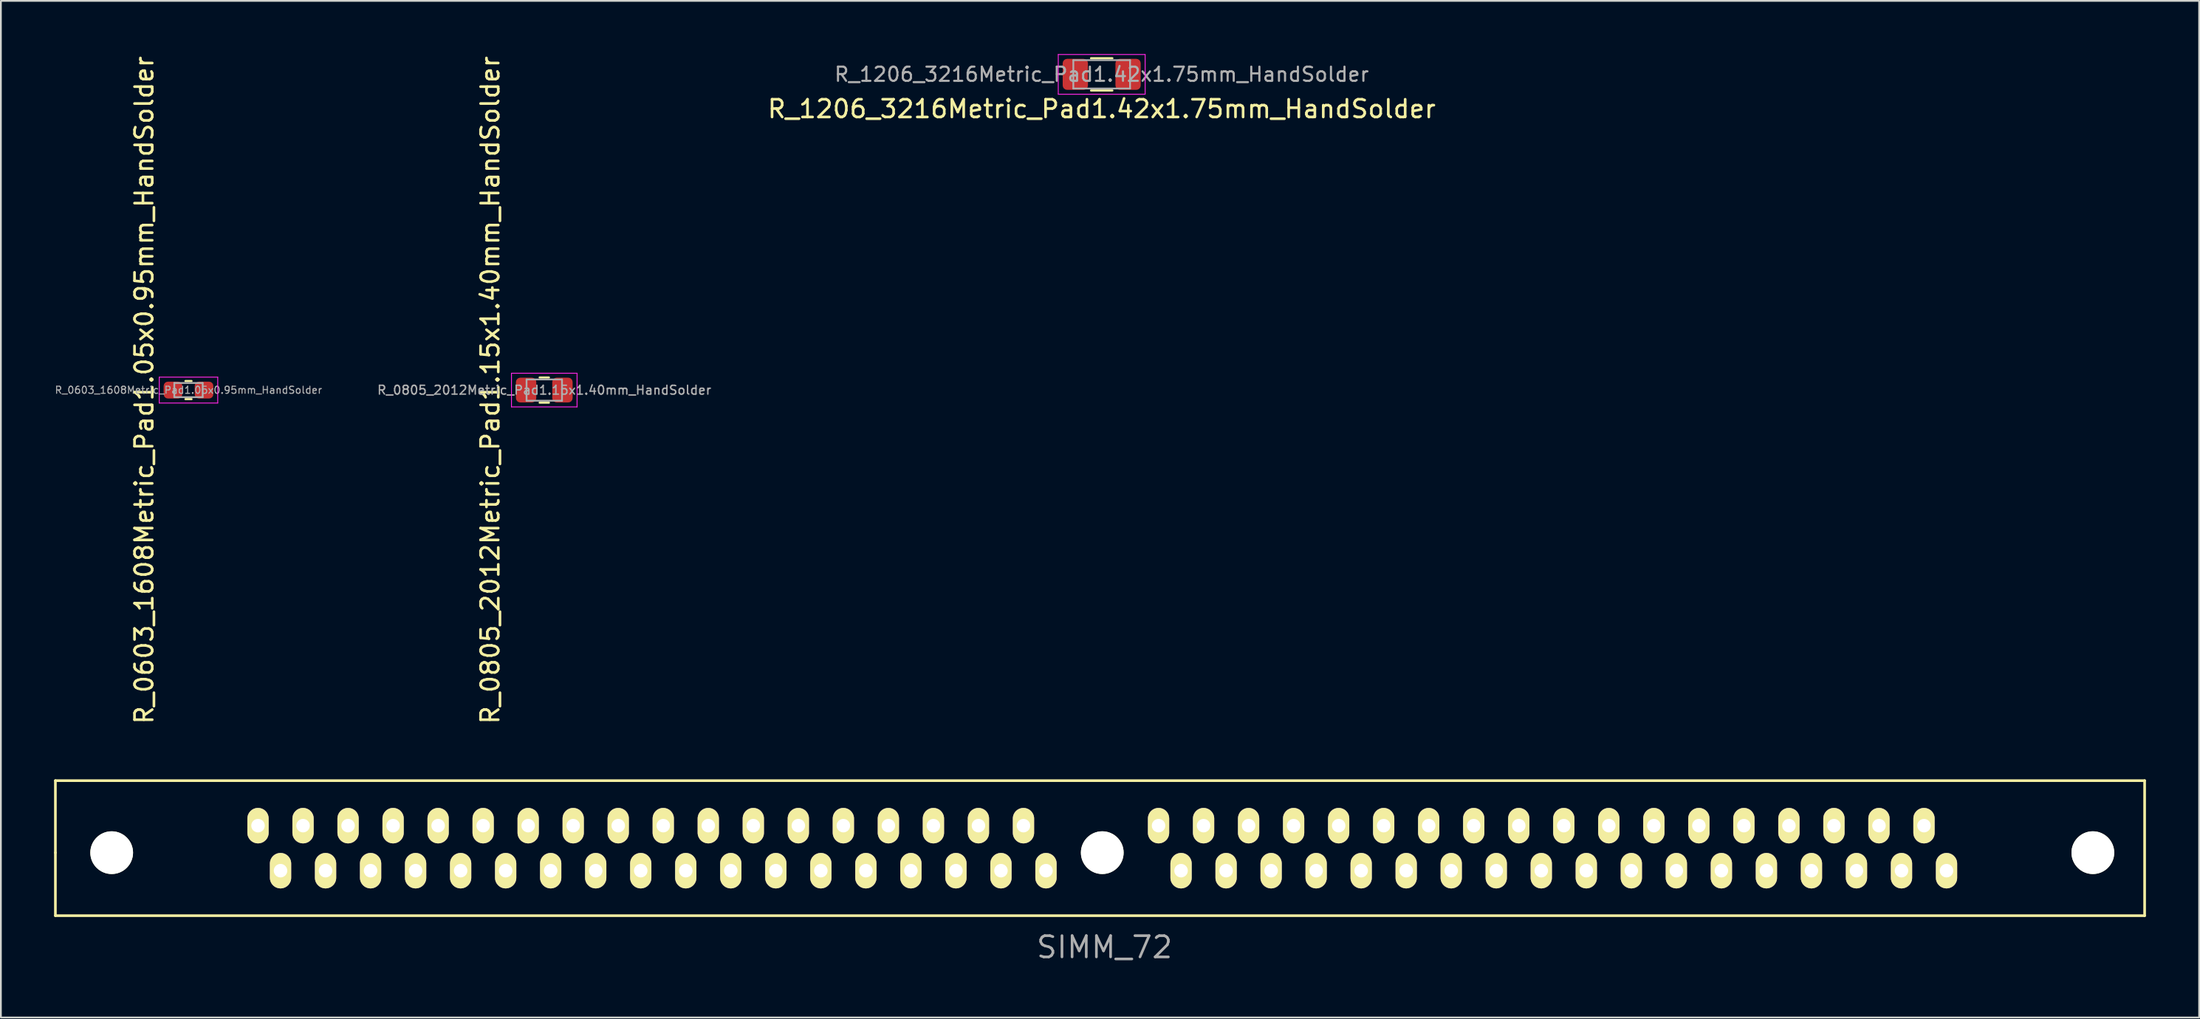
<source format=kicad_pcb>
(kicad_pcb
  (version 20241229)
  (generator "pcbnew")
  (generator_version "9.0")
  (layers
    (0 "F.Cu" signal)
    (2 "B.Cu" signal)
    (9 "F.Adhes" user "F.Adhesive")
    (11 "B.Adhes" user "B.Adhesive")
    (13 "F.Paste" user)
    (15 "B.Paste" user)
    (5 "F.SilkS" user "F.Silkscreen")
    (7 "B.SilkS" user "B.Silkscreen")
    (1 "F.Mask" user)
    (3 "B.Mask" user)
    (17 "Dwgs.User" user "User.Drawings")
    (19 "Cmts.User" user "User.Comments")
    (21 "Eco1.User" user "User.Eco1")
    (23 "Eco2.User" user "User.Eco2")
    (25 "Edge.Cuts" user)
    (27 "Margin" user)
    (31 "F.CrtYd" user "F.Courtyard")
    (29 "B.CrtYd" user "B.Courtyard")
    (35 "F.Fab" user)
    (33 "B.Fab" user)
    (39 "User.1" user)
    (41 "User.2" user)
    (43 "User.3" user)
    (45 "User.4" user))
  (footprint "R_0603_1608Metric_Pad1.05x0.95mm_HandSolder"
    (layer "F.Cu")
    (at 7.583 18.958)
    (property "Reference" "R_0603_1608Metric_Pad1.05x0.95mm_HandSolder" (at -2.5 0 270) (layer "F.SilkS") (effects (font (size 1 1) (thickness 0.15))))
    (attr smd)
    (fp_line (start -0.171 -0.51) (end 0.171 -0.51) (stroke (width 0.12) (type solid)) (layer "F.SilkS"))
    (fp_line (start -0.171 0.51) (end 0.171 0.51) (stroke (width 0.12) (type solid)) (layer "F.SilkS"))
    (fp_line (start -1.65 -0.73) (end 1.65 -0.73) (stroke (width 0.05) (type solid)) (layer "F.CrtYd"))
    (fp_line (start -1.65 0.73) (end -1.65 -0.73) (stroke (width 0.05) (type solid)) (layer "F.CrtYd"))
    (fp_line (start 1.65 -0.73) (end 1.65 0.73) (stroke (width 0.05) (type solid)) (layer "F.CrtYd"))
    (fp_line (start 1.65 0.73) (end -1.65 0.73) (stroke (width 0.05) (type solid)) (layer "F.CrtYd"))
    (fp_line (start -0.8 -0.4) (end 0.8 -0.4) (stroke (width 0.1) (type solid)) (layer "F.Fab"))
    (fp_line (start -0.8 0.4) (end -0.8 -0.4) (stroke (width 0.1) (type solid)) (layer "F.Fab"))
    (fp_line (start 0.8 -0.4) (end 0.8 0.4) (stroke (width 0.1) (type solid)) (layer "F.Fab"))
    (fp_line (start 0.8 0.4) (end -0.8 0.4) (stroke (width 0.1) (type solid)) (layer "F.Fab"))
    (fp_text user "${REFERENCE}" (at 0 0 0) (layer "F.Fab") (effects (font (size 0.4 0.4) (thickness 0.06))))
    (pad "1" smd roundrect (at -0.875 0) (size 1.05 0.95) (layers "F.Cu" "F.Mask" "F.Paste") (roundrect_rratio 0.25))
    (pad "2" smd roundrect (at 0.875 0) (size 1.05 0.95) (layers "F.Cu" "F.Mask" "F.Paste") (roundrect_rratio 0.25)))
  (footprint "R_1206_3216Metric_Pad1.42x1.75mm_HandSolder"
    (layer "F.Cu")
    (at 59.098 1.145)
    (property "Reference" "R_1206_3216Metric_Pad1.42x1.75mm_HandSolder" (at 0 1.95 0) (layer "F.SilkS") (effects (font (size 1 1) (thickness 0.15))))
    (attr smd)
    (fp_line (start -0.602 -0.91) (end 0.602 -0.91) (stroke (width 0.12) (type solid)) (layer "F.SilkS"))
    (fp_line (start -0.602 0.91) (end 0.602 0.91) (stroke (width 0.12) (type solid)) (layer "F.SilkS"))
    (fp_line (start -2.45 -1.12) (end 2.45 -1.12) (stroke (width 0.05) (type solid)) (layer "F.CrtYd"))
    (fp_line (start -2.45 1.12) (end -2.45 -1.12) (stroke (width 0.05) (type solid)) (layer "F.CrtYd"))
    (fp_line (start 2.45 -1.12) (end 2.45 1.12) (stroke (width 0.05) (type solid)) (layer "F.CrtYd"))
    (fp_line (start 2.45 1.12) (end -2.45 1.12) (stroke (width 0.05) (type solid)) (layer "F.CrtYd"))
    (fp_line (start -1.6 -0.8) (end 1.6 -0.8) (stroke (width 0.1) (type solid)) (layer "F.Fab"))
    (fp_line (start -1.6 0.8) (end -1.6 -0.8) (stroke (width 0.1) (type solid)) (layer "F.Fab"))
    (fp_line (start 1.6 -0.8) (end 1.6 0.8) (stroke (width 0.1) (type solid)) (layer "F.Fab"))
    (fp_line (start 1.6 0.8) (end -1.6 0.8) (stroke (width 0.1) (type solid)) (layer "F.Fab"))
    (fp_text user "${REFERENCE}" (at 0 0 0) (layer "F.Fab") (effects (font (size 0.8 0.8) (thickness 0.12))))
    (pad "1" smd roundrect (at -1.488 0) (size 1.425 1.75) (layers "F.Cu" "F.Mask" "F.Paste") (roundrect_rratio 0.175))
    (pad "2" smd roundrect (at 1.488 0) (size 1.425 1.75) (layers "F.Cu" "F.Mask" "F.Paste") (roundrect_rratio 0.175)))
  (footprint "R_0805_2012Metric_Pad1.15x1.40mm_HandSolder"
    (layer "F.Cu")
    (at 27.653 18.958)
    (property "Reference" "R_0805_2012Metric_Pad1.15x1.40mm_HandSolder" (at -3.05 0 90) (layer "F.SilkS") (effects (font (size 1 1) (thickness 0.15))))
    (attr smd)
    (fp_line (start -0.261 -0.71) (end 0.261 -0.71) (stroke (width 0.12) (type solid)) (layer "F.SilkS"))
    (fp_line (start -0.261 0.71) (end 0.261 0.71) (stroke (width 0.12) (type solid)) (layer "F.SilkS"))
    (fp_line (start -1.85 -0.95) (end 1.85 -0.95) (stroke (width 0.05) (type solid)) (layer "F.CrtYd"))
    (fp_line (start -1.85 0.95) (end -1.85 -0.95) (stroke (width 0.05) (type solid)) (layer "F.CrtYd"))
    (fp_line (start 1.85 -0.95) (end 1.85 0.95) (stroke (width 0.05) (type solid)) (layer "F.CrtYd"))
    (fp_line (start 1.85 0.95) (end -1.85 0.95) (stroke (width 0.05) (type solid)) (layer "F.CrtYd"))
    (fp_line (start -1 -0.6) (end 1 -0.6) (stroke (width 0.1) (type solid)) (layer "F.Fab"))
    (fp_line (start -1 0.6) (end -1 -0.6) (stroke (width 0.1) (type solid)) (layer "F.Fab"))
    (fp_line (start 1 -0.6) (end 1 0.6) (stroke (width 0.1) (type solid)) (layer "F.Fab"))
    (fp_line (start 1 0.6) (end -1 0.6) (stroke (width 0.1) (type solid)) (layer "F.Fab"))
    (fp_text user "${REFERENCE}" (at 0 0 0) (layer "F.Fab") (effects (font (size 0.5 0.5) (thickness 0.08))))
    (pad "1" smd roundrect (at -1.025 0) (size 1.15 1.4) (layers "F.Cu" "F.Mask" "F.Paste") (roundrect_rratio 0.217))
    (pad "2" smd roundrect (at 1.025 0) (size 1.15 1.4) (layers "F.Cu" "F.Mask" "F.Paste") (roundrect_rratio 0.217)))
  (footprint "SIMM_72"
    (layer "F.Cu")
    (at 59.003 45.056)
    (property "Reference" "SIMM_72" (at 0.254 5.334 0) (layer "F.Fab") (effects (font (size 1.2 1.2) (thickness 0.15))))
    (attr through_hole)
    (fp_line (start -58.928 -4.064) (end -58.928 0) (stroke (width 0.15) (type solid)) (layer "F.SilkS"))
    (fp_line (start -58.928 0) (end -58.928 3.556) (stroke (width 0.15) (type solid)) (layer "F.SilkS"))
    (fp_line (start -58.928 3.556) (end 58.928 3.556) (stroke (width 0.15) (type solid)) (layer "F.SilkS"))
    (fp_line (start 58.928 -4.064) (end -58.928 -4.064) (stroke (width 0.15) (type solid)) (layer "F.SilkS"))
    (fp_line (start 58.928 3.556) (end 58.928 -4.064) (stroke (width 0.15) (type solid)) (layer "F.SilkS"))
    (pad "" np_thru_hole circle (at -55.753 0) (size 2.41 2.41) (drill 2.41) (layers "*.Cu" "*.Mask" "F.SilkS"))
    (pad "" np_thru_hole circle (at 0.127 0) (size 2.41 2.41) (drill 2.41) (layers "*.Cu" "*.Mask" "F.SilkS"))
    (pad "" np_thru_hole circle (at 56.007 0) (size 2.41 2.41) (drill 2.41) (layers "*.Cu" "*.Mask" "F.SilkS"))
    (pad "1" thru_hole oval (at 47.752 1.016) (size 1.2 2) (drill 0.762) (layers "*.Cu" "*.Mask" "F.SilkS"))
    (pad "2" thru_hole oval (at 46.482 -1.524) (size 1.2 2) (drill 0.762) (layers "*.Cu" "*.Mask" "F.SilkS"))
    (pad "3" thru_hole oval (at 45.212 1.016) (size 1.2 2) (drill 0.762) (layers "*.Cu" "*.Mask" "F.SilkS"))
    (pad "4" thru_hole oval (at 43.942 -1.524) (size 1.2 2) (drill 0.762) (layers "*.Cu" "*.Mask" "F.SilkS"))
    (pad "5" thru_hole oval (at 42.672 1.016) (size 1.2 2) (drill 0.762) (layers "*.Cu" "*.Mask" "F.SilkS"))
    (pad "6" thru_hole oval (at 41.402 -1.524) (size 1.2 2) (drill 0.762) (layers "*.Cu" "*.Mask" "F.SilkS"))
    (pad "7" thru_hole oval (at 40.132 1.016) (size 1.2 2) (drill 0.762) (layers "*.Cu" "*.Mask" "F.SilkS"))
    (pad "8" thru_hole oval (at 38.862 -1.524) (size 1.2 2) (drill 0.762) (layers "*.Cu" "*.Mask" "F.SilkS"))
    (pad "9" thru_hole oval (at 37.592 1.016) (size 1.2 2) (drill 0.762) (layers "*.Cu" "*.Mask" "F.SilkS"))
    (pad "10" thru_hole oval (at 36.322 -1.524) (size 1.2 2) (drill 0.762) (layers "*.Cu" "*.Mask" "F.SilkS"))
    (pad "11" thru_hole oval (at 35.052 1.016) (size 1.2 2) (drill 0.762) (layers "*.Cu" "*.Mask" "F.SilkS"))
    (pad "12" thru_hole oval (at 33.782 -1.524) (size 1.2 2) (drill 0.762) (layers "*.Cu" "*.Mask" "F.SilkS"))
    (pad "13" thru_hole oval (at 32.512 1.016) (size 1.2 2) (drill 0.762) (layers "*.Cu" "*.Mask" "F.SilkS"))
    (pad "14" thru_hole oval (at 31.242 -1.524) (size 1.2 2) (drill 0.762) (layers "*.Cu" "*.Mask" "F.SilkS"))
    (pad "15" thru_hole oval (at 29.972 1.016) (size 1.2 2) (drill 0.762) (layers "*.Cu" "*.Mask" "F.SilkS"))
    (pad "16" thru_hole oval (at 28.702 -1.524) (size 1.2 2) (drill 0.762) (layers "*.Cu" "*.Mask" "F.SilkS"))
    (pad "17" thru_hole oval (at 27.432 1.016) (size 1.2 2) (drill 0.762) (layers "*.Cu" "*.Mask" "F.SilkS"))
    (pad "18" thru_hole oval (at 26.162 -1.524) (size 1.2 2) (drill 0.762) (layers "*.Cu" "*.Mask" "F.SilkS"))
    (pad "19" thru_hole oval (at 24.892 1.016) (size 1.2 2) (drill 0.762) (layers "*.Cu" "*.Mask" "F.SilkS"))
    (pad "20" thru_hole oval (at 23.622 -1.524) (size 1.2 2) (drill 0.762) (layers "*.Cu" "*.Mask" "F.SilkS"))
    (pad "21" thru_hole oval (at 22.352 1.016) (size 1.2 2) (drill 0.762) (layers "*.Cu" "*.Mask" "F.SilkS"))
    (pad "22" thru_hole oval (at 21.082 -1.524) (size 1.2 2) (drill 0.762) (layers "*.Cu" "*.Mask" "F.SilkS"))
    (pad "23" thru_hole oval (at 19.812 1.016) (size 1.2 2) (drill 0.762) (layers "*.Cu" "*.Mask" "F.SilkS"))
    (pad "24" thru_hole oval (at 18.542 -1.524) (size 1.2 2) (drill 0.762) (layers "*.Cu" "*.Mask" "F.SilkS"))
    (pad "25" thru_hole oval (at 17.272 1.016) (size 1.2 2) (drill 0.762) (layers "*.Cu" "*.Mask" "F.SilkS"))
    (pad "26" thru_hole oval (at 16.002 -1.524) (size 1.2 2) (drill 0.762) (layers "*.Cu" "*.Mask" "F.SilkS"))
    (pad "27" thru_hole oval (at 14.732 1.016) (size 1.2 2) (drill 0.762) (layers "*.Cu" "*.Mask" "F.SilkS"))
    (pad "28" thru_hole oval (at 13.462 -1.524) (size 1.2 2) (drill 0.762) (layers "*.Cu" "*.Mask" "F.SilkS"))
    (pad "29" thru_hole oval (at 12.192 1.016) (size 1.2 2) (drill 0.762) (layers "*.Cu" "*.Mask" "F.SilkS"))
    (pad "30" thru_hole oval (at 10.922 -1.524) (size 1.2 2) (drill 0.762) (layers "*.Cu" "*.Mask" "F.SilkS"))
    (pad "31" thru_hole oval (at 9.652 1.016) (size 1.2 2) (drill 0.762) (layers "*.Cu" "*.Mask" "F.SilkS"))
    (pad "32" thru_hole oval (at 8.382 -1.524) (size 1.2 2) (drill 0.762) (layers "*.Cu" "*.Mask" "F.SilkS"))
    (pad "33" thru_hole oval (at 7.112 1.016) (size 1.2 2) (drill 0.762) (layers "*.Cu" "*.Mask" "F.SilkS"))
    (pad "34" thru_hole oval (at 5.842 -1.524) (size 1.2 2) (drill 0.762) (layers "*.Cu" "*.Mask" "F.SilkS"))
    (pad "35" thru_hole oval (at 4.572 1.016) (size 1.2 2) (drill 0.762) (layers "*.Cu" "*.Mask" "F.SilkS"))
    (pad "36" thru_hole oval (at 3.302 -1.524) (size 1.2 2) (drill 0.762) (layers "*.Cu" "*.Mask" "F.SilkS"))
    (pad "37" thru_hole oval (at -3.048 1.016) (size 1.2 2) (drill 0.762) (layers "*.Cu" "*.Mask" "F.SilkS"))
    (pad "38" thru_hole oval (at -4.318 -1.524) (size 1.2 2) (drill 0.762) (layers "*.Cu" "*.Mask" "F.SilkS"))
    (pad "39" thru_hole oval (at -5.588 1.016) (size 1.2 2) (drill 0.762) (layers "*.Cu" "*.Mask" "F.SilkS"))
    (pad "40" thru_hole oval (at -6.858 -1.524) (size 1.2 2) (drill 0.762) (layers "*.Cu" "*.Mask" "F.SilkS"))
    (pad "41" thru_hole oval (at -8.128 1.016) (size 1.2 2) (drill 0.762) (layers "*.Cu" "*.Mask" "F.SilkS"))
    (pad "42" thru_hole oval (at -9.398 -1.524) (size 1.2 2) (drill 0.762) (layers "*.Cu" "*.Mask" "F.SilkS"))
    (pad "43" thru_hole oval (at -10.668 1.016) (size 1.2 2) (drill 0.762) (layers "*.Cu" "*.Mask" "F.SilkS"))
    (pad "44" thru_hole oval (at -11.938 -1.524) (size 1.2 2) (drill 0.762) (layers "*.Cu" "*.Mask" "F.SilkS"))
    (pad "45" thru_hole oval (at -13.208 1.016) (size 1.2 2) (drill 0.762) (layers "*.Cu" "*.Mask" "F.SilkS"))
    (pad "46" thru_hole oval (at -14.478 -1.524) (size 1.2 2) (drill 0.762) (layers "*.Cu" "*.Mask" "F.SilkS"))
    (pad "47" thru_hole oval (at -15.748 1.016) (size 1.2 2) (drill 0.762) (layers "*.Cu" "*.Mask" "F.SilkS"))
    (pad "48" thru_hole oval (at -17.018 -1.524) (size 1.2 2) (drill 0.762) (layers "*.Cu" "*.Mask" "F.SilkS"))
    (pad "49" thru_hole oval (at -18.288 1.016) (size 1.2 2) (drill 0.762) (layers "*.Cu" "*.Mask" "F.SilkS"))
    (pad "50" thru_hole oval (at -19.558 -1.524) (size 1.2 2) (drill 0.762) (layers "*.Cu" "*.Mask" "F.SilkS"))
    (pad "51" thru_hole oval (at -20.828 1.016) (size 1.2 2) (drill 0.762) (layers "*.Cu" "*.Mask" "F.SilkS"))
    (pad "52" thru_hole oval (at -22.098 -1.524) (size 1.2 2) (drill 0.762) (layers "*.Cu" "*.Mask" "F.SilkS"))
    (pad "53" thru_hole oval (at -23.368 1.016) (size 1.2 2) (drill 0.762) (layers "*.Cu" "*.Mask" "F.SilkS"))
    (pad "54" thru_hole oval (at -24.638 -1.524) (size 1.2 2) (drill 0.762) (layers "*.Cu" "*.Mask" "F.SilkS"))
    (pad "55" thru_hole oval (at -25.908 1.016) (size 1.2 2) (drill 0.762) (layers "*.Cu" "*.Mask" "F.SilkS"))
    (pad "56" thru_hole oval (at -27.178 -1.524) (size 1.2 2) (drill 0.762) (layers "*.Cu" "*.Mask" "F.SilkS"))
    (pad "57" thru_hole oval (at -28.448 1.016) (size 1.2 2) (drill 0.762) (layers "*.Cu" "*.Mask" "F.SilkS"))
    (pad "58" thru_hole oval (at -29.718 -1.524) (size 1.2 2) (drill 0.762) (layers "*.Cu" "*.Mask" "F.SilkS"))
    (pad "59" thru_hole oval (at -30.988 1.016) (size 1.2 2) (drill 0.762) (layers "*.Cu" "*.Mask" "F.SilkS"))
    (pad "60" thru_hole oval (at -32.258 -1.524) (size 1.2 2) (drill 0.762) (layers "*.Cu" "*.Mask" "F.SilkS"))
    (pad "61" thru_hole oval (at -33.528 1.016) (size 1.2 2) (drill 0.762) (layers "*.Cu" "*.Mask" "F.SilkS"))
    (pad "62" thru_hole oval (at -34.798 -1.524) (size 1.2 2) (drill 0.762) (layers "*.Cu" "*.Mask" "F.SilkS"))
    (pad "63" thru_hole oval (at -36.068 1.016) (size 1.2 2) (drill 0.762) (layers "*.Cu" "*.Mask" "F.SilkS"))
    (pad "64" thru_hole oval (at -37.338 -1.524) (size 1.2 2) (drill 0.762) (layers "*.Cu" "*.Mask" "F.SilkS"))
    (pad "65" thru_hole oval (at -38.608 1.016) (size 1.2 2) (drill 0.762) (layers "*.Cu" "*.Mask" "F.SilkS"))
    (pad "66" thru_hole oval (at -39.878 -1.524) (size 1.2 2) (drill 0.762) (layers "*.Cu" "*.Mask" "F.SilkS"))
    (pad "67" thru_hole oval (at -41.148 1.016) (size 1.2 2) (drill 0.762) (layers "*.Cu" "*.Mask" "F.SilkS"))
    (pad "68" thru_hole oval (at -42.418 -1.524) (size 1.2 2) (drill 0.762) (layers "*.Cu" "*.Mask" "F.SilkS"))
    (pad "69" thru_hole oval (at -43.688 1.016) (size 1.2 2) (drill 0.762) (layers "*.Cu" "*.Mask" "F.SilkS"))
    (pad "70" thru_hole oval (at -44.958 -1.524) (size 1.2 2) (drill 0.762) (layers "*.Cu" "*.Mask" "F.SilkS"))
    (pad "71" thru_hole oval (at -46.228 1.016) (size 1.2 2) (drill 0.762) (layers "*.Cu" "*.Mask" "F.SilkS"))
    (pad "72" thru_hole oval (at -47.498 -1.524) (size 1.2 2) (drill 0.762) (layers "*.Cu" "*.Mask" "F.SilkS")))
  (gr_rect
    (start -3 -3)
    (end 121.006 54.355)
    (stroke (width 0.1) (type default))
    (fill no)
    (layer "Edge.Cuts")))
</source>
